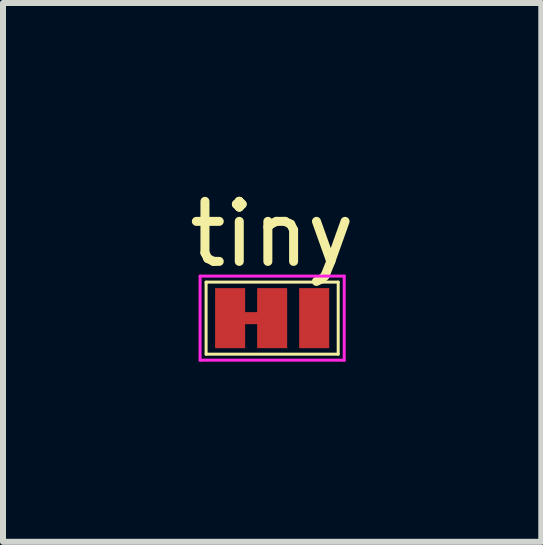
<source format=kicad_pcb>
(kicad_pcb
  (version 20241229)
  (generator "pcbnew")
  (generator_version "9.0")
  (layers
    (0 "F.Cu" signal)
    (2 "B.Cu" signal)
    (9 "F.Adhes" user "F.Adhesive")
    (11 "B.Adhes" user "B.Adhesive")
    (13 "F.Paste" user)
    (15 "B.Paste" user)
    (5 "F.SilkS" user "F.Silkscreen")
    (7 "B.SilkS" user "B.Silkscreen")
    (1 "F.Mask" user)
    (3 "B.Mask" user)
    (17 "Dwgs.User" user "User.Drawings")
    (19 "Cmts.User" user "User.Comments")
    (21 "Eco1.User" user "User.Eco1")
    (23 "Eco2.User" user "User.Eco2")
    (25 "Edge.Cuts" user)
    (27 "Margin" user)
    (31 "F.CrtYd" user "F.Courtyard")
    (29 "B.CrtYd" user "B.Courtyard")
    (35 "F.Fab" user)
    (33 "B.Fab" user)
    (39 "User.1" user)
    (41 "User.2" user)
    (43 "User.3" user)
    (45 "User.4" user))
  (footprint "tiny"
    (layer "F.Cu")
    (at 1.482 2.248)
    (property "Reference" "tiny" (at 0 -1.4 0) (layer "F.SilkS") (effects (font (size 1 1) (thickness 0.15))))
    (attr through_hole)
    (fp_poly (pts (xy -0.6 -0.1) (xy -0.1 -0.1) (xy -0.1 0.1) (xy -0.6 0.1)) (stroke (width 0) (type solid)) (fill yes) (layer "F.Cu"))
    (fp_poly (pts (xy 0.9 0.5) (xy -0.9 0.5) (xy -0.9 -0.5) (xy 0.9 -0.5)) (stroke (width 0.1) (type solid)) (fill yes) (layer "F.Mask"))
    (fp_line (start -1.1 -0.6) (end 1.1 -0.6) (stroke (width 0.05) (type solid)) (layer "F.SilkS"))
    (fp_line (start -1.1 0.6) (end -1.1 -0.6) (stroke (width 0.05) (type solid)) (layer "F.SilkS"))
    (fp_line (start 1.1 -0.6) (end 1.1 0.6) (stroke (width 0.05) (type solid)) (layer "F.SilkS"))
    (fp_line (start 1.1 0.6) (end -1.1 0.6) (stroke (width 0.05) (type solid)) (layer "F.SilkS"))
    (fp_line (start -1.2 -0.7) (end -1.2 0.7) (stroke (width 0.05) (type solid)) (layer "F.CrtYd"))
    (fp_line (start -1.2 -0.7) (end 1.2 -0.7) (stroke (width 0.05) (type solid)) (layer "F.CrtYd"))
    (fp_line (start 1.2 0.7) (end -1.2 0.7) (stroke (width 0.05) (type solid)) (layer "F.CrtYd"))
    (fp_line (start 1.2 0.7) (end 1.2 -0.7) (stroke (width 0.05) (type solid)) (layer "F.CrtYd"))
    (pad "1" smd rect (at -0.7 0) (size 0.5 1) (layers "F.Cu" "F.Mask"))
    (pad "2" smd rect (at 0 0) (size 0.5 1) (layers "F.Cu" "F.Mask"))
    (pad "3" smd rect (at 0.7 0) (size 0.5 1) (layers "F.Cu" "F.Mask")))
  (gr_rect
    (start -3 -3)
    (end 5.964 5.973)
    (stroke (width 0.1) (type default))
    (fill no)
    (layer "Edge.Cuts")))
</source>
